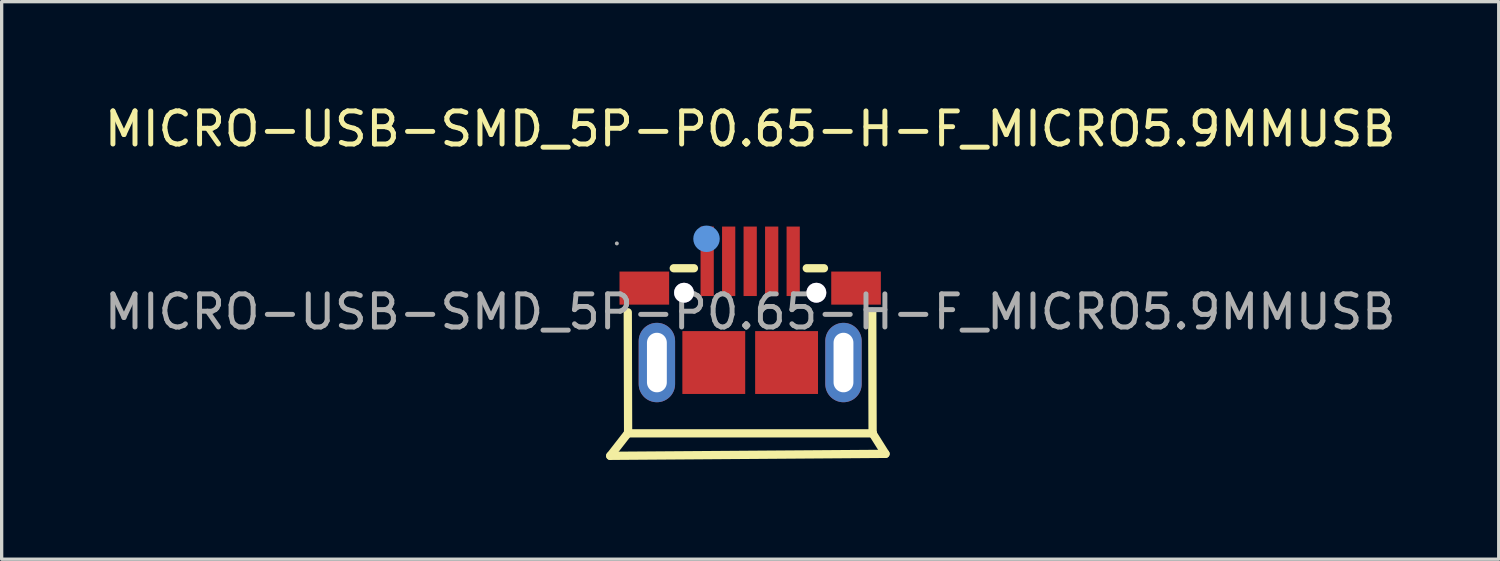
<source format=kicad_pcb>
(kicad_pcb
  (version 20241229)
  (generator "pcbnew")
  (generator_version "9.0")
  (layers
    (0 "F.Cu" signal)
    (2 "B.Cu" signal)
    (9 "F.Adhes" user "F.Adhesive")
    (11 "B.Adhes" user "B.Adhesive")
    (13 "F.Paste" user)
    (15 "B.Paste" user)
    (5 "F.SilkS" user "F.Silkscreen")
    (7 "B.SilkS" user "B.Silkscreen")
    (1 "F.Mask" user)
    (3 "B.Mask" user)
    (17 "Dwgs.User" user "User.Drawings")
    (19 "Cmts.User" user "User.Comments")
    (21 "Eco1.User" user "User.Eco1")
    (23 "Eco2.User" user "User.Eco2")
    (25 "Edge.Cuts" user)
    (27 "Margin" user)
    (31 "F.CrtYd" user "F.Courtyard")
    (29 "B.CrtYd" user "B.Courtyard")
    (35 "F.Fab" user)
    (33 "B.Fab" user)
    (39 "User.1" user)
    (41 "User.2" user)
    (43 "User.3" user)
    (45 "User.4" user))
  (footprint "MICRO-USB-SMD_5P-P0.65-H-F_MICRO5.9MMUSB"
    (layer "F.Cu")
    (at 19.625 6.378)
    (property "Reference" "MICRO-USB-SMD_5P-P0.65-H-F_MICRO5.9MMUSB" (at 0 -5.53 0) (layer "F.SilkS") (effects (font (size 1 1) (thickness 0.15))))
    (attr smd)
    (fp_line (start -4.23 4.35) (end -3.7 3.67) (stroke (width 0.25) (type solid)) (layer "F.SilkS"))
    (fp_line (start -3.7 3.67) (end 3.7 3.67) (stroke (width 0.25) (type solid)) (layer "F.SilkS"))
    (fp_line (start -3.69 3.66) (end -3.7 0.01) (stroke (width 0.25) (type solid)) (layer "F.SilkS"))
    (fp_line (start -2.31 -1.32) (end -1.7 -1.32) (stroke (width 0.25) (type solid)) (layer "F.SilkS"))
    (fp_line (start 1.71 -1.32) (end 2.23 -1.32) (stroke (width 0.25) (type solid)) (layer "F.SilkS"))
    (fp_line (start 3.7 3.66) (end 3.69 0) (stroke (width 0.25) (type solid)) (layer "F.SilkS"))
    (fp_line (start 3.7 3.67) (end 3.7 3.66) (stroke (width 0.25) (type solid)) (layer "F.SilkS"))
    (fp_line (start 3.7 3.67) (end 4.09 4.29) (stroke (width 0.25) (type solid)) (layer "F.SilkS"))
    (fp_line (start 4.09 4.29) (end -4.23 4.35) (stroke (width 0.25) (type solid)) (layer "F.SilkS"))
    (fp_circle (center -2 -0.58) (end -1.88 -0.58) (stroke (width 0.23) (type solid)) (fill no) (layer "Cmts.User"))
    (fp_circle (center -1.32 -2.21) (end -1.12 -2.21) (stroke (width 0.4) (type solid)) (fill no) (layer "Cmts.User"))
    (fp_circle (center 2 -0.58) (end 2.12 -0.58) (stroke (width 0.23) (type solid)) (fill no) (layer "Cmts.User"))
    (fp_circle (center -4.03 -2.07) (end -4 -2.07) (stroke (width 0.06) (type solid)) (fill no) (layer "F.Fab"))
    (fp_text user "${REFERENCE}" (at 0 0 0) (layer "F.Fab") (effects (font (size 1 1) (thickness 0.15))))
    (pad "" thru_hole circle (at -2 -0.58) (size 0.6 0.6) (drill 0.6) (layers "*.Cu" "*.Mask"))
    (pad "" thru_hole circle (at 2 -0.58) (size 0.6 0.6) (drill 0.6) (layers "*.Cu" "*.Mask"))
    (pad "1" smd rect (at -1.3 -1.53) (size 0.4 2.1) (layers "F.Cu" "F.Mask" "F.Paste"))
    (pad "2" smd rect (at -0.65 -1.53) (size 0.4 2.1) (layers "F.Cu" "F.Mask" "F.Paste"))
    (pad "3" smd rect (at 0 -1.53) (size 0.4 2.1) (layers "F.Cu" "F.Mask" "F.Paste"))
    (pad "4" smd rect (at 0.65 -1.53) (size 0.4 2.1) (layers "F.Cu" "F.Mask" "F.Paste"))
    (pad "5" smd rect (at 1.3 -1.53) (size 0.4 2.1) (layers "F.Cu" "F.Mask" "F.Paste"))
    (pad "6" smd rect (at -3.2 -0.72) (size 1.5 1) (layers "F.Cu" "F.Mask" "F.Paste"))
    (pad "6" thru_hole oval (at -2.82 1.53) (size 1.1 2.4) (drill oval 0.6 1.8) (layers "*.Cu" "*.Paste" "*.Mask"))
    (pad "6" smd rect (at -1.1 1.53) (size 1.9 1.9) (layers "F.Cu" "F.Mask" "F.Paste"))
    (pad "6" smd rect (at 1.1 1.53) (size 1.9 1.9) (layers "F.Cu" "F.Mask" "F.Paste"))
    (pad "6" thru_hole oval (at 2.82 1.53) (size 1.1 2.4) (drill oval 0.6 1.8) (layers "*.Cu" "*.Paste" "*.Mask"))
    (pad "6" smd rect (at 3.2 -0.72) (size 1.5 1) (layers "F.Cu" "F.Mask" "F.Paste")))
  (gr_rect
    (start -3 -3)
    (end 42.25 13.853)
    (stroke (width 0.1) (type default))
    (fill no)
    (layer "Edge.Cuts")))
</source>
